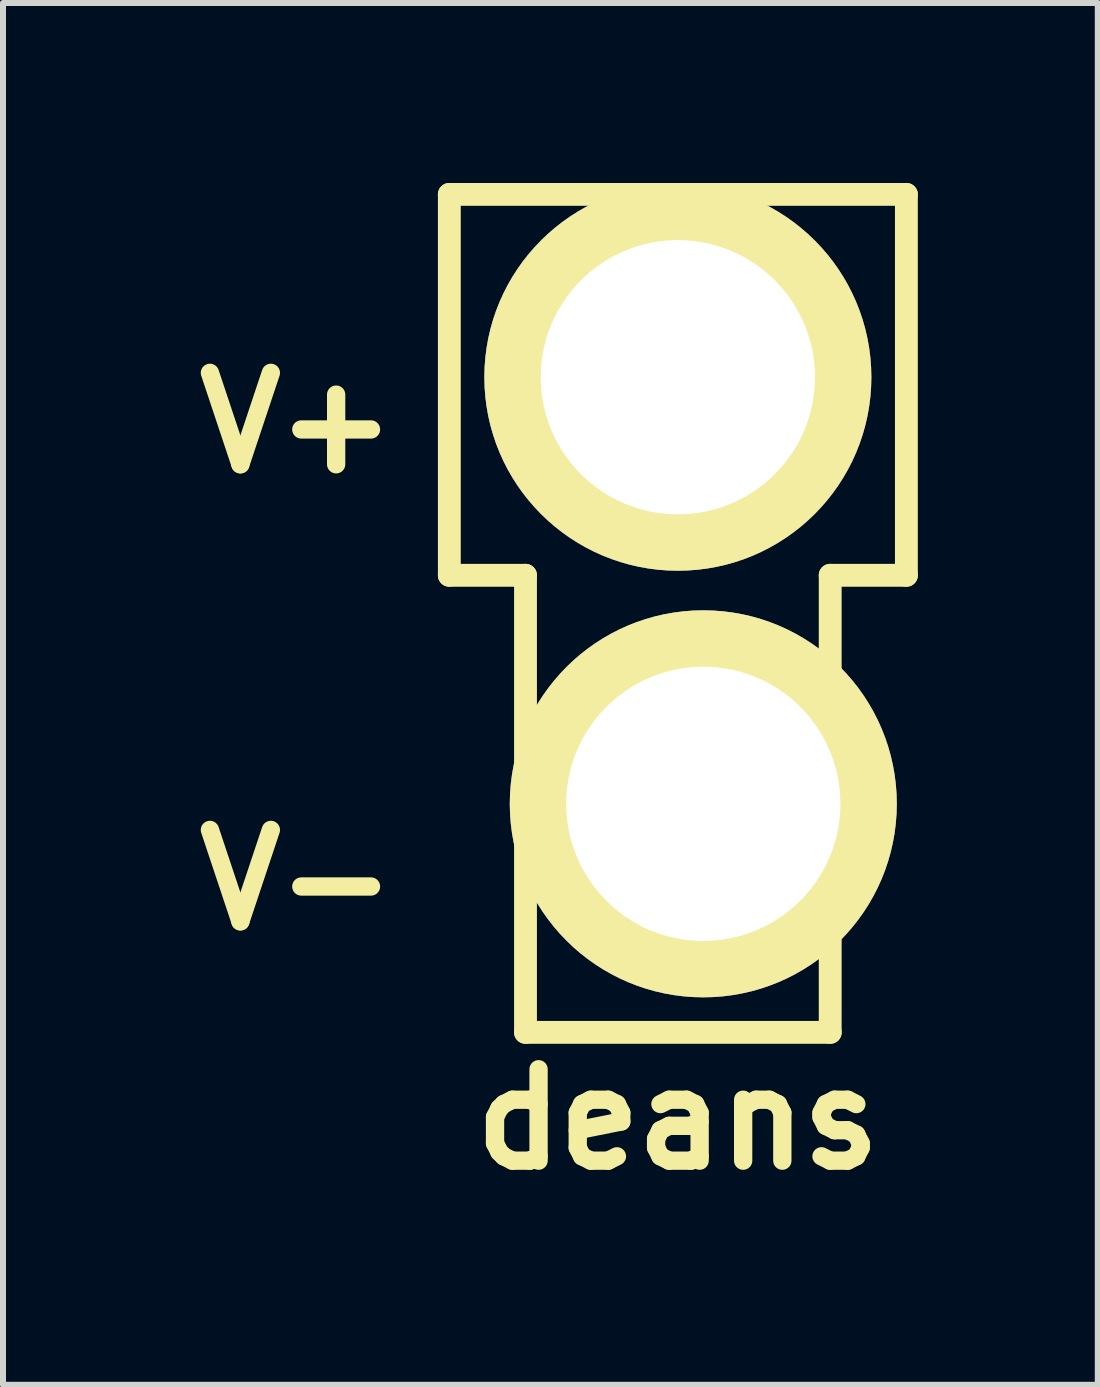
<source format=kicad_pcb>
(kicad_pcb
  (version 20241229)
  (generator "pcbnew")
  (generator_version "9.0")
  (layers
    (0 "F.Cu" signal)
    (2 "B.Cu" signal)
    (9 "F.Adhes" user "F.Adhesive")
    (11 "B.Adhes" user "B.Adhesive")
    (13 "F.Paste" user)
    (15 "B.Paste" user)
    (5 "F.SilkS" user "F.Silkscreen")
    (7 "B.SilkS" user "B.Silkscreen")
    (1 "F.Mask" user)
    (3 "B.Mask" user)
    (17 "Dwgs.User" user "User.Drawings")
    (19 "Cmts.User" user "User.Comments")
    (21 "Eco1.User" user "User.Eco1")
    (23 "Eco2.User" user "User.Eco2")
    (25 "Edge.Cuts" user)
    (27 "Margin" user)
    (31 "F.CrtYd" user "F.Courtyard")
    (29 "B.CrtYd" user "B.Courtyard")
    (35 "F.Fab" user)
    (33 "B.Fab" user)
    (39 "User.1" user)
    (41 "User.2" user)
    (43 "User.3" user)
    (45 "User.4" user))
  (footprint "deans"
    (layer "F.Cu")
    (at 8.251 7.811)
    (property "Reference" "deans" (at 0 7.8 0) (layer "F.SilkS") (effects (font (size 1.524 1.524) (thickness 0.305))))
    (attr through_hole)
    (fp_line (start -3.81 -7.62) (end 3.81 -7.62) (stroke (width 0.381) (type solid)) (layer "F.SilkS"))
    (fp_line (start -3.81 -1.27) (end -3.81 -7.62) (stroke (width 0.381) (type solid)) (layer "F.SilkS"))
    (fp_line (start -2.54 -1.27) (end -3.81 -1.27) (stroke (width 0.381) (type solid)) (layer "F.SilkS"))
    (fp_line (start -2.54 6.35) (end -2.54 -1.27) (stroke (width 0.381) (type solid)) (layer "F.SilkS"))
    (fp_line (start 2.54 -1.27) (end 2.54 6.35) (stroke (width 0.381) (type solid)) (layer "F.SilkS"))
    (fp_line (start 2.54 6.35) (end -2.54 6.35) (stroke (width 0.381) (type solid)) (layer "F.SilkS"))
    (fp_line (start 3.81 -7.62) (end 3.81 -1.27) (stroke (width 0.381) (type solid)) (layer "F.SilkS"))
    (fp_line (start 3.81 -1.27) (end 2.54 -1.27) (stroke (width 0.381) (type solid)) (layer "F.SilkS"))
    (fp_text user "V+" (at -6.35 -3.81 0) (layer "F.SilkS") (effects (font (size 1.524 1.524) (thickness 0.305))))
    (fp_text user "V-" (at -6.35 3.81 0) (layer "F.SilkS") (effects (font (size 1.524 1.524) (thickness 0.305))))
    (pad "1" thru_hole circle (at 0 -4.572) (size 6.452 6.452) (drill 4.572) (layers "*.Cu" "*.Mask" "F.SilkS"))
    (pad "2" thru_hole circle (at 0.424 2.54) (size 6.452 6.452) (drill 4.572) (layers "*.Cu" "*.Mask" "F.SilkS")))
  (gr_rect
    (start -3 -3)
    (end 15.252 20.037)
    (stroke (width 0.1) (type default))
    (fill no)
    (layer "Edge.Cuts")))
</source>
